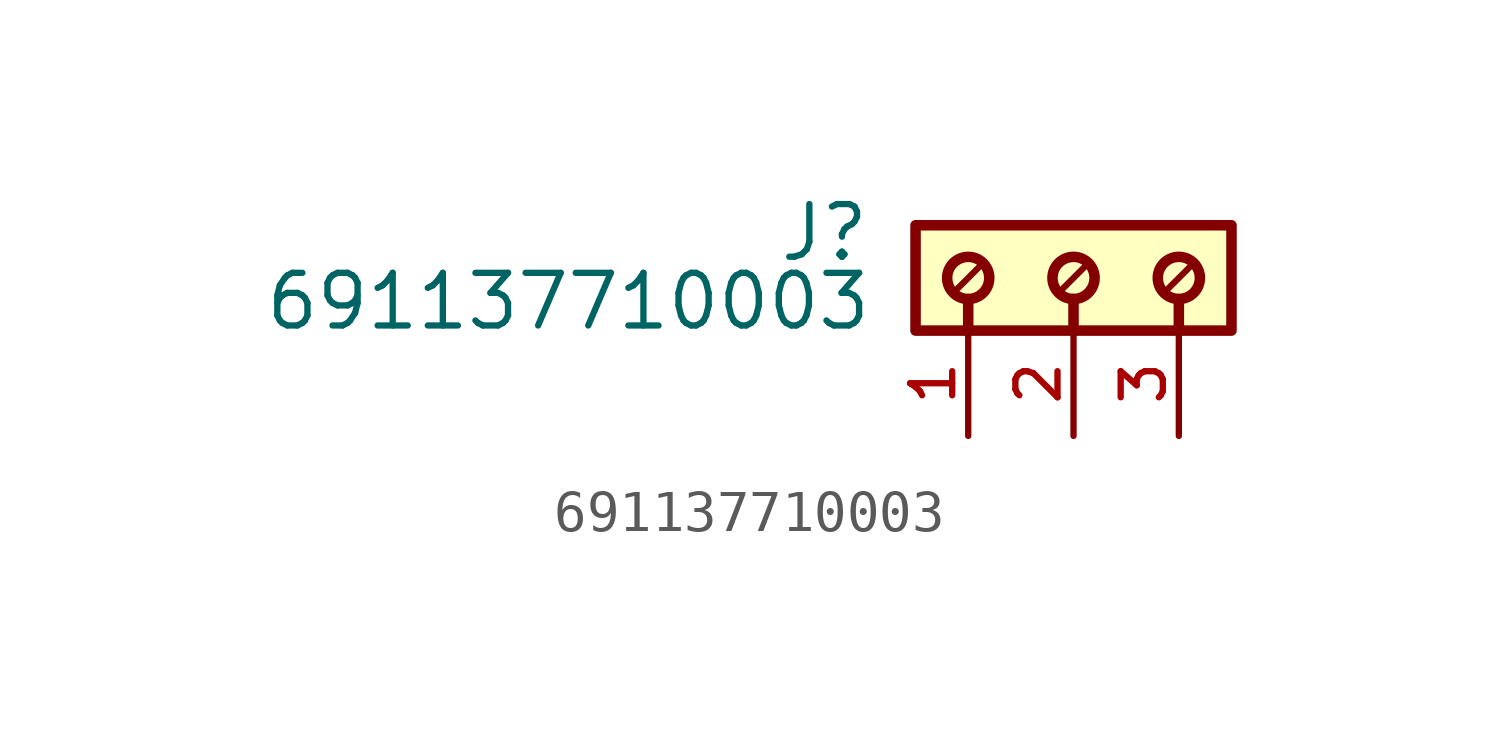
<source format=kicad_sym>
(kicad_symbol_lib
  (version 20211014)
  (generator kicad_symbol_editor)
  (symbol "691137710003"
    (pin_names
      (offset 1.016))
    (property "Reference" "J"
      (at -4.88 -0.922 0)
      (effects (font (size 1.27 1.27)) (justify bottom right)))
    (property "Value" "691137710003"
      (at -4.83 -2.58 0)
      (effects (font (size 1.27 1.27)) (justify bottom right)))
    (symbol "691137710003_0_0"
      (polyline (pts (xy -2.54 -1.778) (xy -2.54 -2.54)) (stroke (width 0.254)))
      (polyline (pts (xy 0.0 -1.778) (xy 0.0 -2.54)) (stroke (width 0.254)))
      (polyline (pts (xy -2.286 -1.016) (xy -2.794 -1.524)) (stroke (width 0.152)))
      (polyline (pts (xy 0.254 -1.016) (xy -0.254 -1.524)) (stroke (width 0.152)))
      (polyline (pts (xy 2.54 -1.778) (xy 2.54 -2.54)) (stroke (width 0.254)))
      (polyline (pts (xy 2.794 -1.016) (xy 2.286 -1.524)) (stroke (width 0.152)))
      (circle (center -2.54 -1.27) (radius 0.508) (stroke (width 0.254)) (fill (type none)))
      (circle (center 0.0 -1.27) (radius 0.508) (stroke (width 0.254)) (fill (type none)))
      (circle (center 2.54 -1.27) (radius 0.508) (stroke (width 0.254)) (fill (type none)))
      (rectangle (start -3.81 -2.54) (end 3.81 0.0) (stroke (width 0.254)) (fill (type background)))
      (pin passive line (at -2.54 -5.08 90.0) (length 2.54) (name "~" (effects (font (size 1.016 1.016)))) (number "1" (effects (font (size 1.016 1.016)))))
      (pin passive line (at 0.0 -5.08 90.0) (length 2.54) (name "~" (effects (font (size 1.016 1.016)))) (number "2" (effects (font (size 1.016 1.016)))))
      (pin passive line (at 2.54 -5.08 90.0) (length 2.54) (name "~" (effects (font (size 1.016 1.016)))) (number "3" (effects (font (size 1.016 1.016))))))))
</source>
